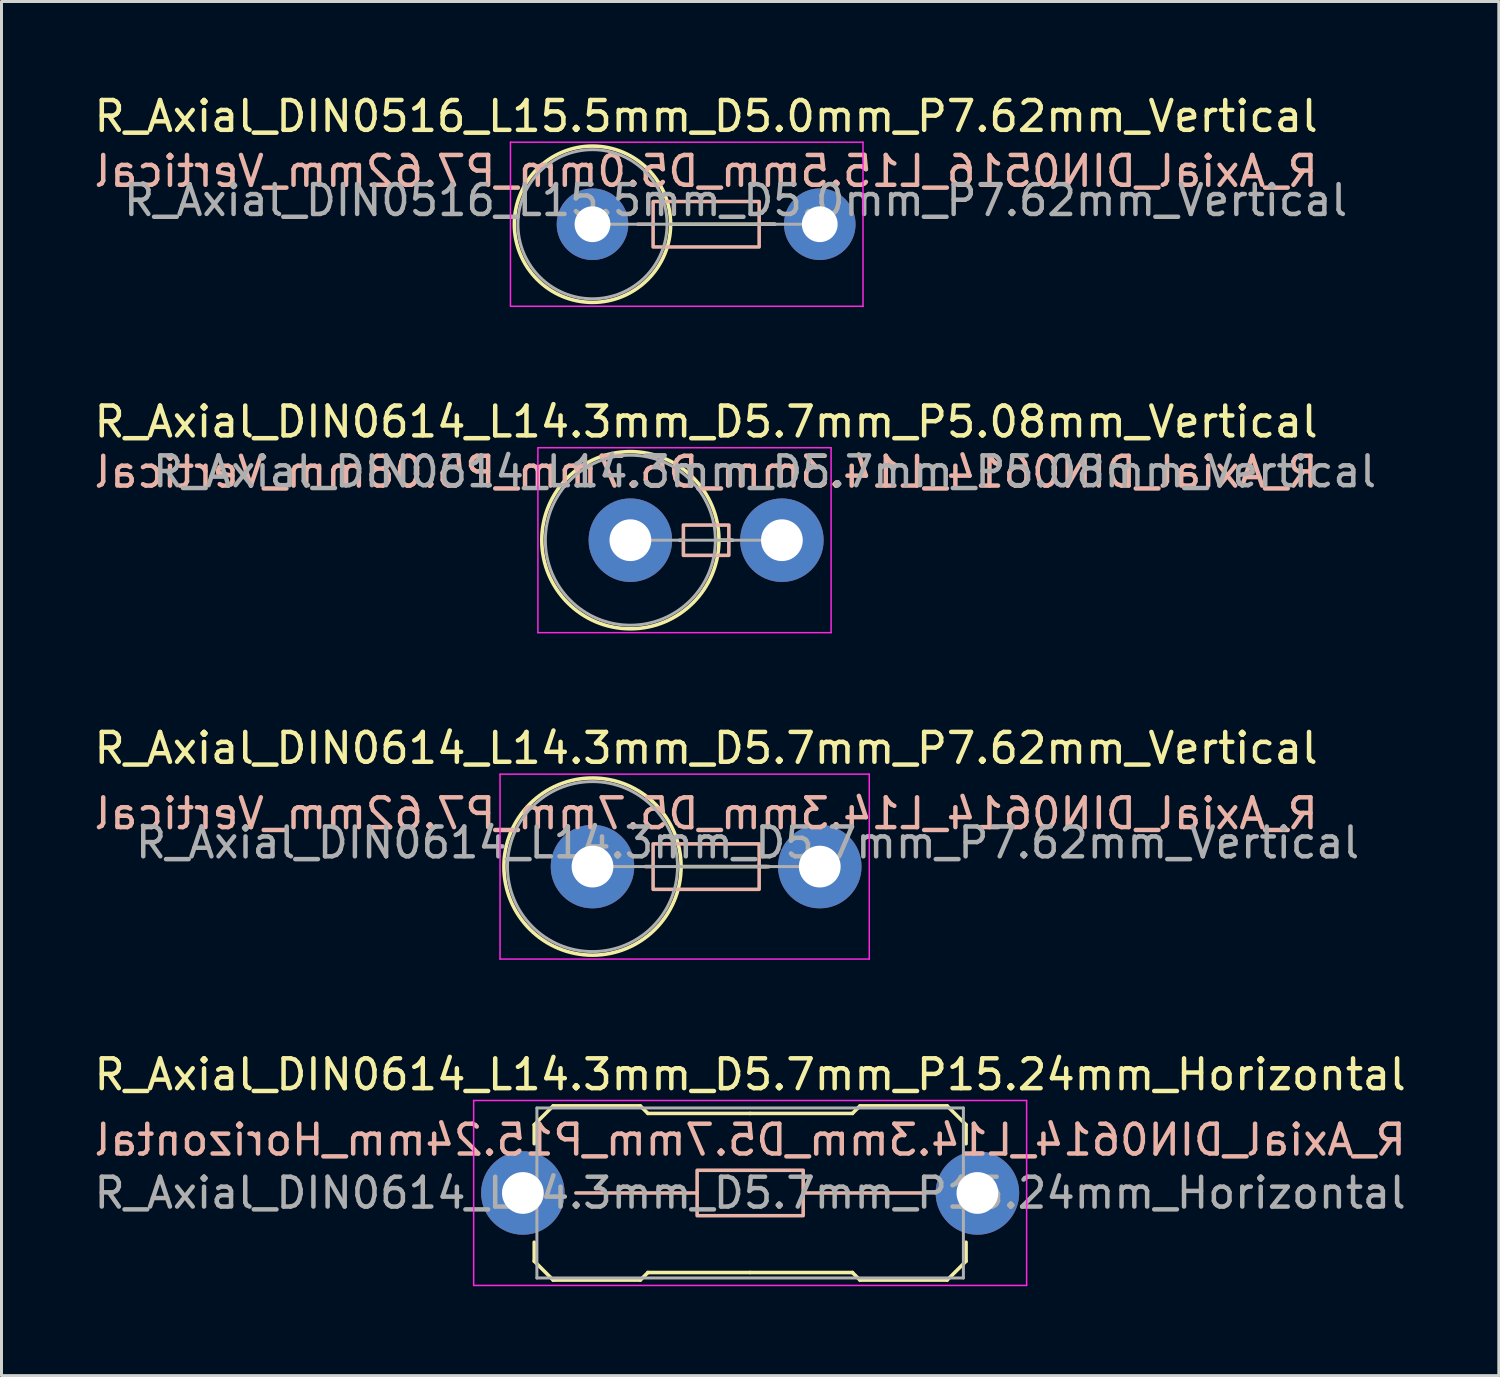
<source format=kicad_pcb>
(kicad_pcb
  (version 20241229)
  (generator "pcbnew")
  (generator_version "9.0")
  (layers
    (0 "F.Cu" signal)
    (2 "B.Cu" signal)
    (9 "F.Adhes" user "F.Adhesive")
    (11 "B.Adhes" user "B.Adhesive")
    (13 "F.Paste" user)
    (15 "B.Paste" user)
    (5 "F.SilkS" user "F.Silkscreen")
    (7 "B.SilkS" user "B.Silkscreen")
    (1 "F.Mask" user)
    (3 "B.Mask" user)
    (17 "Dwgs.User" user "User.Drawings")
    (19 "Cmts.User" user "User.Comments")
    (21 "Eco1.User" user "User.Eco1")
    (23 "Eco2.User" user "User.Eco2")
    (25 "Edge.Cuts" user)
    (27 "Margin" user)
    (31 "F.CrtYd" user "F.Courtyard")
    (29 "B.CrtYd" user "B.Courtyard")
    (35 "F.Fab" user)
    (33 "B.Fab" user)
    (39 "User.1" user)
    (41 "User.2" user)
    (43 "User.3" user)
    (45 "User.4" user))
  (footprint "R_Axial_DIN0614_L14.3mm_D5.7mm_P5.08mm_Vertical"
    (layer "F.Cu")
    (at 18.085 15.062)
    (property "Reference" "R_Axial_DIN0614_L14.3mm_D5.7mm_P5.08mm_Vertical" (at 2.54 -3.97 0) (layer "F.SilkS") (effects (font (size 1 1) (thickness 0.15))))
    (fp_line (start 2.97 0) (end 3.38 0) (stroke (width 0.12) (type solid)) (layer "F.SilkS"))
    (fp_circle (center 0 0) (end 2.97 0) (stroke (width 0.12) (type solid)) (fill no) (layer "F.SilkS"))
    (fp_line (start 1.651 0) (end 1.778 0) (stroke (width 0.12) (type solid)) (layer "B.SilkS"))
    (fp_line (start 3.429 0) (end 3.302 0) (stroke (width 0.12) (type solid)) (layer "B.SilkS"))
    (fp_rect (start 1.778 -0.508) (end 3.302 0.508) (stroke (width 0.12) (type solid)) (fill no) (layer "B.SilkS"))
    (fp_line (start -3.1 -3.1) (end -3.1 3.1) (stroke (width 0.05) (type solid)) (layer "F.CrtYd"))
    (fp_line (start -3.1 3.1) (end 6.73 3.1) (stroke (width 0.05) (type solid)) (layer "F.CrtYd"))
    (fp_line (start 6.73 -3.1) (end -3.1 -3.1) (stroke (width 0.05) (type solid)) (layer "F.CrtYd"))
    (fp_line (start 6.73 3.1) (end 6.73 -3.1) (stroke (width 0.05) (type solid)) (layer "F.CrtYd"))
    (fp_line (start 0 0) (end 5.08 0) (stroke (width 0.1) (type solid)) (layer "F.Fab"))
    (fp_circle (center 0 0) (end 2.85 0) (stroke (width 0.1) (type solid)) (fill no) (layer "F.Fab"))
    (fp_text user "${REFERENCE}" (at 2.54 -2.286 0) (layer "B.SilkS") (effects (font (size 1 1) (thickness 0.15)) (justify mirror)))
    (fp_text user "${REFERENCE}" (at 4.5 -2.3 0) (layer "F.Fab") (effects (font (size 1 1) (thickness 0.15))))
    (pad "1" thru_hole circle (at 0 0) (size 2.8 2.8) (drill 1.4) (layers "*.Cu" "*.Mask"))
    (pad "2" thru_hole oval (at 5.08 0) (size 2.8 2.8) (drill 1.4) (layers "*.Cu" "*.Mask")))
  (footprint "R_Axial_DIN0614_L14.3mm_D5.7mm_P7.62mm_Vertical"
    (layer "F.Cu")
    (at 16.815 26.005)
    (property "Reference" "R_Axial_DIN0614_L14.3mm_D5.7mm_P7.62mm_Vertical" (at 3.81 -3.97 0) (layer "F.SilkS") (effects (font (size 1 1) (thickness 0.15))))
    (fp_line (start 2.97 0) (end 5.92 0) (stroke (width 0.12) (type solid)) (layer "F.SilkS"))
    (fp_circle (center 0 0) (end 2.97 0) (stroke (width 0.12) (type solid)) (fill no) (layer "F.SilkS"))
    (fp_line (start 2.032 0) (end 1.778 0) (stroke (width 0.12) (type solid)) (layer "B.SilkS"))
    (fp_line (start 5.588 0) (end 5.842 0) (stroke (width 0.12) (type solid)) (layer "B.SilkS"))
    (fp_rect (start 2.032 -0.762) (end 5.588 0.762) (stroke (width 0.12) (type solid)) (fill no) (layer "B.SilkS"))
    (fp_line (start -3.1 -3.1) (end -3.1 3.1) (stroke (width 0.05) (type solid)) (layer "F.CrtYd"))
    (fp_line (start -3.1 3.1) (end 9.28 3.1) (stroke (width 0.05) (type solid)) (layer "F.CrtYd"))
    (fp_line (start 9.28 -3.1) (end -3.1 -3.1) (stroke (width 0.05) (type solid)) (layer "F.CrtYd"))
    (fp_line (start 9.28 3.1) (end 9.28 -3.1) (stroke (width 0.05) (type solid)) (layer "F.CrtYd"))
    (fp_line (start 0 0) (end 7.62 0) (stroke (width 0.1) (type solid)) (layer "F.Fab"))
    (fp_circle (center 0 0) (end 2.85 0) (stroke (width 0.1) (type solid)) (fill no) (layer "F.Fab"))
    (fp_text user "${REFERENCE}" (at 3.81 -1.778 0) (layer "B.SilkS") (effects (font (size 1 1) (thickness 0.15)) (justify mirror)))
    (fp_text user "${REFERENCE}" (at 5.2 -0.8 0) (layer "F.Fab") (effects (font (size 1 1) (thickness 0.15))))
    (pad "1" thru_hole circle (at 0 0) (size 2.8 2.8) (drill 1.4) (layers "*.Cu" "*.Mask"))
    (pad "2" thru_hole oval (at 7.62 0) (size 2.8 2.8) (drill 1.4) (layers "*.Cu" "*.Mask")))
  (footprint "R_Axial_DIN0516_L15.5mm_D5.0mm_P7.62mm_Vertical"
    (layer "F.Cu")
    (at 16.815 4.468)
    (property "Reference" "R_Axial_DIN0516_L15.5mm_D5.0mm_P7.62mm_Vertical" (at 3.81 -3.62 0) (layer "F.SilkS") (effects (font (size 1 1) (thickness 0.15))))
    (fp_line (start 2.62 0) (end 6.12 0) (stroke (width 0.12) (type solid)) (layer "F.SilkS"))
    (fp_circle (center 0 0) (end 2.62 0) (stroke (width 0.12) (type solid)) (fill no) (layer "F.SilkS"))
    (fp_line (start 2.032 0) (end 1.524 0) (stroke (width 0.12) (type solid)) (layer "B.SilkS"))
    (fp_line (start 5.588 0) (end 6.096 0) (stroke (width 0.12) (type solid)) (layer "B.SilkS"))
    (fp_rect (start 2.032 -0.762) (end 5.588 0.762) (stroke (width 0.12) (type solid)) (fill no) (layer "B.SilkS"))
    (fp_line (start -2.75 -2.75) (end -2.75 2.75) (stroke (width 0.05) (type solid)) (layer "F.CrtYd"))
    (fp_line (start -2.75 2.75) (end 9.07 2.75) (stroke (width 0.05) (type solid)) (layer "F.CrtYd"))
    (fp_line (start 9.07 -2.75) (end -2.75 -2.75) (stroke (width 0.05) (type solid)) (layer "F.CrtYd"))
    (fp_line (start 9.07 2.75) (end 9.07 -2.75) (stroke (width 0.05) (type solid)) (layer "F.CrtYd"))
    (fp_line (start 0 0) (end 7.62 0) (stroke (width 0.1) (type solid)) (layer "F.Fab"))
    (fp_circle (center 0 0) (end 2.5 0) (stroke (width 0.1) (type solid)) (fill no) (layer "F.Fab"))
    (fp_text user "${REFERENCE}" (at 3.81 -1.778 0) (layer "B.SilkS") (effects (font (size 1 1) (thickness 0.15)) (justify mirror)))
    (fp_text user "${REFERENCE}" (at 4.8 -0.8 0) (layer "F.Fab") (effects (font (size 1 1) (thickness 0.15))))
    (pad "1" thru_hole circle (at 0 0) (size 2.4 2.4) (drill 1.2) (layers "*.Cu" "*.Mask"))
    (pad "2" thru_hole oval (at 7.62 0) (size 2.4 2.4) (drill 1.2) (layers "*.Cu" "*.Mask")))
  (footprint "R_Axial_DIN0614_L14.3mm_D5.7mm_P15.24mm_Horizontal"
    (layer "F.Cu")
    (at 14.481 36.948)
    (property "Reference" "R_Axial_DIN0614_L14.3mm_D5.7mm_P15.24mm_Horizontal" (at 7.62 -3.97 0) (layer "F.SilkS") (effects (font (size 1 1) (thickness 0.15))))
    (fp_line (start 0.381 -2.286) (end 0.381 -1.651) (stroke (width 0.12) (type solid)) (layer "F.SilkS"))
    (fp_line (start 0.381 -2.286) (end 1.016 -2.921) (stroke (width 0.12) (type solid)) (layer "F.SilkS"))
    (fp_line (start 0.381 2.286) (end 0.381 1.651) (stroke (width 0.12) (type solid)) (layer "F.SilkS"))
    (fp_line (start 0.381 2.286) (end 1.016 2.921) (stroke (width 0.12) (type solid)) (layer "F.SilkS"))
    (fp_line (start 1.016 -2.921) (end 3.937 -2.921) (stroke (width 0.12) (type solid)) (layer "F.SilkS"))
    (fp_line (start 1.016 2.921) (end 3.937 2.921) (stroke (width 0.12) (type solid)) (layer "F.SilkS"))
    (fp_line (start 3.937 -2.921) (end 4.191 -2.667) (stroke (width 0.12) (type solid)) (layer "F.SilkS"))
    (fp_line (start 3.937 2.921) (end 4.191 2.667) (stroke (width 0.12) (type solid)) (layer "F.SilkS"))
    (fp_line (start 4.191 -2.667) (end 7.62 -2.667) (stroke (width 0.12) (type solid)) (layer "F.SilkS"))
    (fp_line (start 4.191 2.667) (end 7.62 2.667) (stroke (width 0.12) (type solid)) (layer "F.SilkS"))
    (fp_line (start 11.049 -2.667) (end 7.62 -2.667) (stroke (width 0.12) (type solid)) (layer "F.SilkS"))
    (fp_line (start 11.049 2.667) (end 7.62 2.667) (stroke (width 0.12) (type solid)) (layer "F.SilkS"))
    (fp_line (start 11.303 -2.921) (end 11.049 -2.667) (stroke (width 0.12) (type solid)) (layer "F.SilkS"))
    (fp_line (start 11.303 2.921) (end 11.049 2.667) (stroke (width 0.12) (type solid)) (layer "F.SilkS"))
    (fp_line (start 14.224 -2.921) (end 11.303 -2.921) (stroke (width 0.12) (type solid)) (layer "F.SilkS"))
    (fp_line (start 14.224 2.921) (end 11.303 2.921) (stroke (width 0.12) (type solid)) (layer "F.SilkS"))
    (fp_line (start 14.859 -2.286) (end 14.224 -2.921) (stroke (width 0.12) (type solid)) (layer "F.SilkS"))
    (fp_line (start 14.859 -2.286) (end 14.859 -1.651) (stroke (width 0.12) (type solid)) (layer "F.SilkS"))
    (fp_line (start 14.859 2.286) (end 14.224 2.921) (stroke (width 0.12) (type solid)) (layer "F.SilkS"))
    (fp_line (start 14.859 2.286) (end 14.859 1.651) (stroke (width 0.12) (type solid)) (layer "F.SilkS"))
    (fp_line (start 5.842 0) (end 1.778 0) (stroke (width 0.12) (type solid)) (layer "B.SilkS"))
    (fp_line (start 9.398 0) (end 13.462 0) (stroke (width 0.12) (type solid)) (layer "B.SilkS"))
    (fp_rect (start 5.842 -0.762) (end 9.398 0.762) (stroke (width 0.12) (type solid)) (fill no) (layer "B.SilkS"))
    (fp_line (start -1.65 -3.1) (end -1.65 3.1) (stroke (width 0.05) (type solid)) (layer "F.CrtYd"))
    (fp_line (start -1.65 3.1) (end 16.89 3.1) (stroke (width 0.05) (type solid)) (layer "F.CrtYd"))
    (fp_line (start 16.89 -3.1) (end -1.65 -3.1) (stroke (width 0.05) (type solid)) (layer "F.CrtYd"))
    (fp_line (start 16.89 3.1) (end 16.89 -3.1) (stroke (width 0.05) (type solid)) (layer "F.CrtYd"))
    (fp_line (start 0 0) (end 0.47 0) (stroke (width 0.1) (type solid)) (layer "F.Fab"))
    (fp_line (start 0.47 -2.85) (end 0.47 2.85) (stroke (width 0.1) (type solid)) (layer "F.Fab"))
    (fp_line (start 0.47 2.85) (end 14.77 2.85) (stroke (width 0.1) (type solid)) (layer "F.Fab"))
    (fp_line (start 14.77 -2.85) (end 0.47 -2.85) (stroke (width 0.1) (type solid)) (layer "F.Fab"))
    (fp_line (start 14.77 2.85) (end 14.77 -2.85) (stroke (width 0.1) (type solid)) (layer "F.Fab"))
    (fp_line (start 15.24 0) (end 14.77 0) (stroke (width 0.1) (type solid)) (layer "F.Fab"))
    (fp_text user "${REFERENCE}" (at 7.62 -1.778 0) (layer "B.SilkS") (effects (font (size 1 1) (thickness 0.15)) (justify mirror)))
    (fp_text user "${REFERENCE}" (at 7.62 0 0) (layer "F.Fab") (effects (font (size 1 1) (thickness 0.15))))
    (pad "1" thru_hole circle (at 0 0) (size 2.8 2.8) (drill 1.4) (layers "*.Cu" "*.Mask"))
    (pad "2" thru_hole oval (at 15.24 0) (size 2.8 2.8) (drill 1.4) (layers "*.Cu" "*.Mask")))
  (gr_rect
    (start -3 -3)
    (end 47.202 43.073)
    (stroke (width 0.1) (type default))
    (fill no)
    (layer "Edge.Cuts")))
</source>
